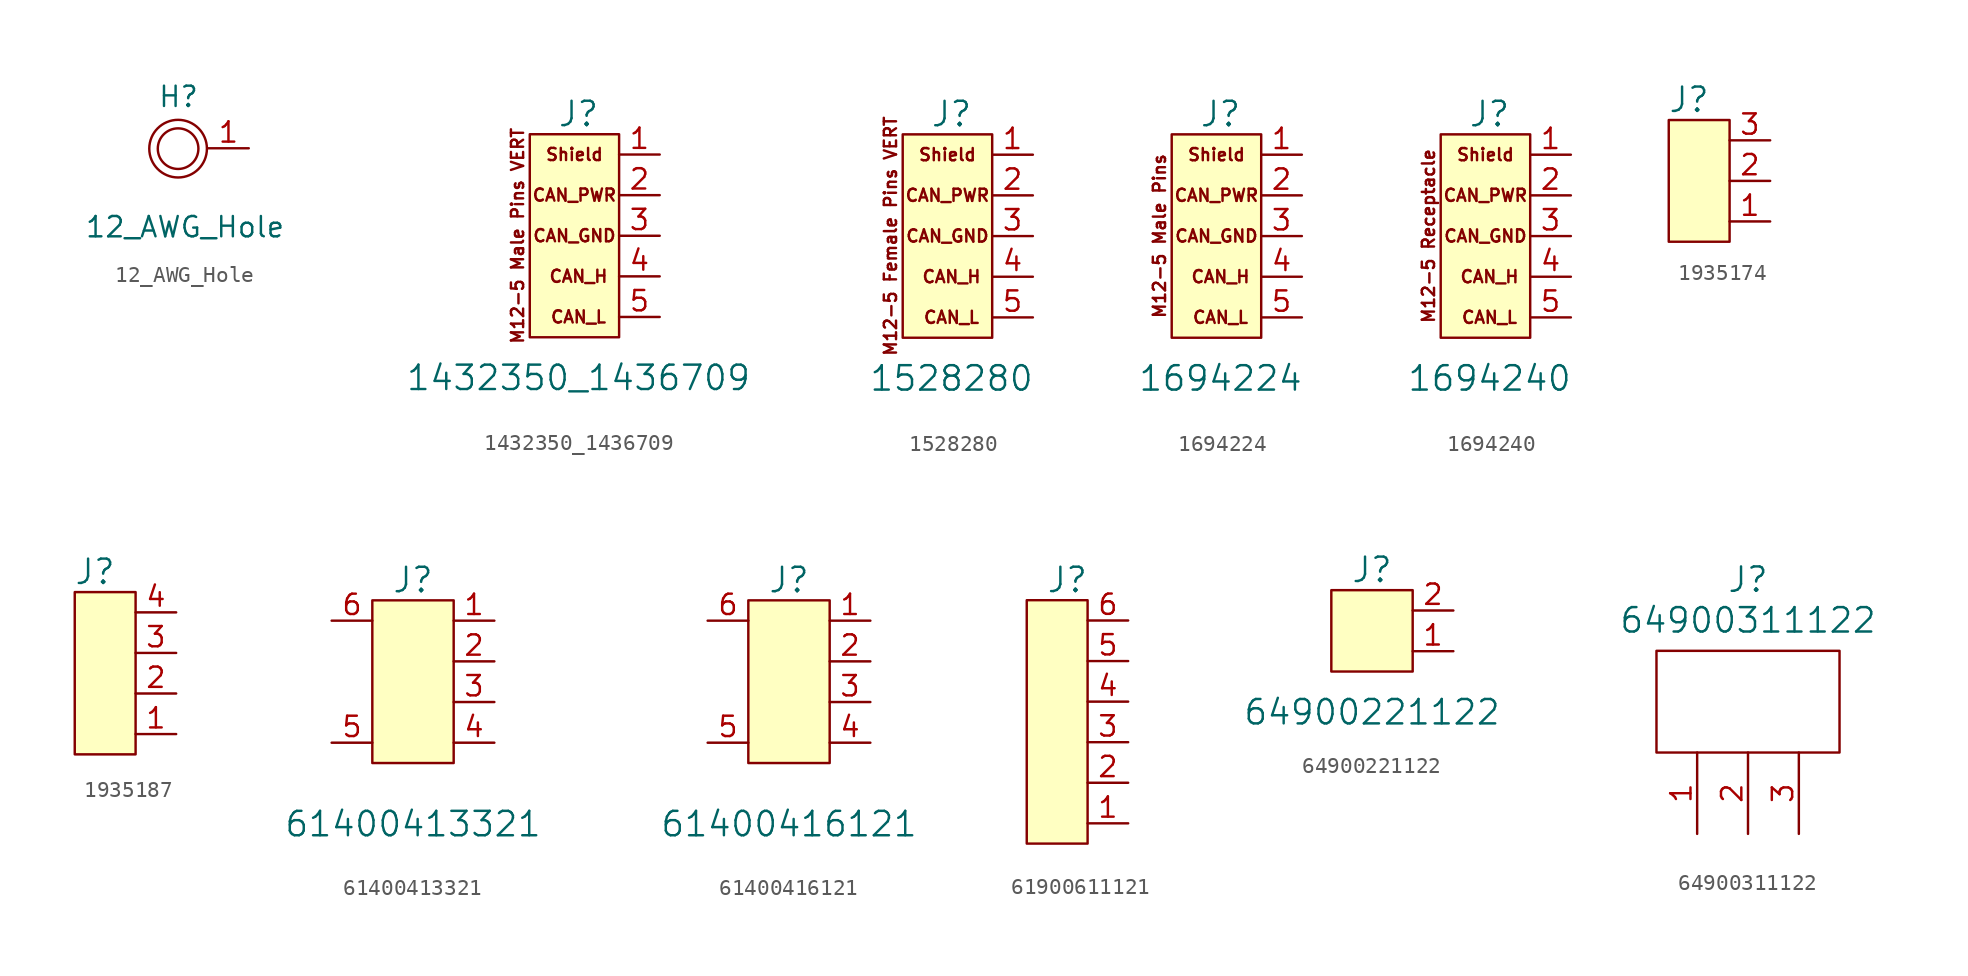
<source format=kicad_sym>
(kicad_symbol_lib
  (version 20220914)
  (generator kicad_symbol_editor)
  (symbol "12_AWG_Hole"
    (pin_names
      (offset 1.016))
    (property "Reference" "H"
      (at 0.025 3.251 0)
      (effects (font (size 1.27 1.27))))
    (property "Value" "12_AWG_Hole"
      (at 0.432 -4.902 0)
      (effects (font (size 1.27 1.27))))
    (symbol "12_AWG_Hole_0_1"
      (circle (center 0 0) (radius 1.27) (stroke (width 0) (type default)) (fill (type none)))
      (circle (center 0 0) (radius 1.803) (stroke (width 0) (type default)) (fill (type none))))
    (symbol "12_AWG_Hole_1_1"
      (pin input line (at 4.42 0.025 180) (length 2.54) (name "~" (effects (font (size 1.27 1.27)))) (number "1" (effects (font (size 1.27 1.27)))))))
  (symbol "1432350_1436709"
    (pin_names
      (offset 0) hide)
    (property "Reference" "J"
      (at 0 7.62 0)
      (effects (font (size 1.524 1.524))))
    (property "Value" "1432350_1436709"
      (at 0 -8.89 0)
      (effects (font (size 1.524 1.524))))
    (symbol "1432350_1436709_0_0"
      (text "CAN_GND" (at -0.254 0 0) (effects (font (size 0.762 0.762))))
      (text "CAN_H" (at 0 -2.54 0) (effects (font (size 0.762 0.762))))
      (text "CAN_L" (at 0 -5.08 0) (effects (font (size 0.762 0.762))))
      (text "CAN_PWR" (at -0.254 2.54 0) (effects (font (size 0.762 0.762))))
      (text "M12-5 Male Pins VERT" (at -3.81 0 900) (effects (font (size 0.762 0.762))))
      (text "Shield" (at -0.254 5.08 0) (effects (font (size 0.762 0.762)))))
    (symbol "1432350_1436709_0_1"
      (rectangle (start 2.54 6.35) (end -3.048 -6.35) (stroke (width 0) (type default)) (fill (type background))))
    (symbol "1432350_1436709_1_1"
      (pin input line (at 5.08 5.08 180) (length 2.54) (name "Shield" (effects (font (size 1.27 1.27)))) (number "1" (effects (font (size 1.27 1.27)))))
      (pin input line (at 5.08 2.54 180) (length 2.54) (name "CAN_PWR" (effects (font (size 1.27 1.27)))) (number "2" (effects (font (size 1.27 1.27)))))
      (pin input line (at 5.08 0 180) (length 2.54) (name "CAN_GND" (effects (font (size 1.27 1.27)))) (number "3" (effects (font (size 1.27 1.27)))))
      (pin input line (at 5.08 -2.54 180) (length 2.54) (name "CAN_H" (effects (font (size 1.27 1.27)))) (number "4" (effects (font (size 1.27 1.27)))))
      (pin input line (at 5.08 -5.08 180) (length 2.54) (name "CAN_L" (effects (font (size 1.27 1.27)))) (number "5" (effects (font (size 1.27 1.27)))))))
  (symbol "1528280"
    (pin_names
      (offset 0) hide)
    (property "Reference" "J"
      (at 0 7.62 0)
      (effects (font (size 1.524 1.524))))
    (property "Value" "1528280"
      (at 0 -8.89 0)
      (effects (font (size 1.524 1.524))))
    (symbol "1528280_0_0"
      (text "CAN_GND" (at -0.254 0 0) (effects (font (size 0.762 0.762))))
      (text "CAN_H" (at 0 -2.54 0) (effects (font (size 0.762 0.762))))
      (text "CAN_L" (at 0 -5.08 0) (effects (font (size 0.762 0.762))))
      (text "CAN_PWR" (at -0.254 2.54 0) (effects (font (size 0.762 0.762))))
      (text "M12-5 Female Pins VERT" (at -3.81 0 900) (effects (font (size 0.762 0.762))))
      (text "Shield" (at -0.254 5.08 0) (effects (font (size 0.762 0.762)))))
    (symbol "1528280_0_1"
      (rectangle (start 2.54 6.35) (end -3.048 -6.35) (stroke (width 0) (type default)) (fill (type background))))
    (symbol "1528280_1_1"
      (pin input line (at 5.08 5.08 180) (length 2.54) (name "Shield" (effects (font (size 1.27 1.27)))) (number "1" (effects (font (size 1.27 1.27)))))
      (pin input line (at 5.08 2.54 180) (length 2.54) (name "CAN_PWR" (effects (font (size 1.27 1.27)))) (number "2" (effects (font (size 1.27 1.27)))))
      (pin input line (at 5.08 0 180) (length 2.54) (name "CAN_GND" (effects (font (size 1.27 1.27)))) (number "3" (effects (font (size 1.27 1.27)))))
      (pin input line (at 5.08 -2.54 180) (length 2.54) (name "CAN_H" (effects (font (size 1.27 1.27)))) (number "4" (effects (font (size 1.27 1.27)))))
      (pin input line (at 5.08 -5.08 180) (length 2.54) (name "CAN_L" (effects (font (size 1.27 1.27)))) (number "5" (effects (font (size 1.27 1.27)))))))
  (symbol "1694224"
    (pin_names
      (offset 0) hide)
    (property "Reference" "J"
      (at 0 7.62 0)
      (effects (font (size 1.524 1.524))))
    (property "Value" "1694224"
      (at 0 -8.89 0)
      (effects (font (size 1.524 1.524))))
    (symbol "1694224_0_0"
      (text "CAN_GND" (at -0.254 0 0) (effects (font (size 0.762 0.762))))
      (text "CAN_H" (at 0 -2.54 0) (effects (font (size 0.762 0.762))))
      (text "CAN_L" (at 0 -5.08 0) (effects (font (size 0.762 0.762))))
      (text "CAN_PWR" (at -0.254 2.54 0) (effects (font (size 0.762 0.762))))
      (text "M12-5 Male Pins" (at -3.81 0 900) (effects (font (size 0.762 0.762))))
      (text "Shield" (at -0.254 5.08 0) (effects (font (size 0.762 0.762)))))
    (symbol "1694224_0_1"
      (rectangle (start 2.54 6.35) (end -3.048 -6.35) (stroke (width 0) (type default)) (fill (type background))))
    (symbol "1694224_1_1"
      (pin input line (at 5.08 5.08 180) (length 2.54) (name "Shield" (effects (font (size 1.27 1.27)))) (number "1" (effects (font (size 1.27 1.27)))))
      (pin input line (at 5.08 2.54 180) (length 2.54) (name "CAN_PWR" (effects (font (size 1.27 1.27)))) (number "2" (effects (font (size 1.27 1.27)))))
      (pin input line (at 5.08 0 180) (length 2.54) (name "CAN_GND" (effects (font (size 1.27 1.27)))) (number "3" (effects (font (size 1.27 1.27)))))
      (pin input line (at 5.08 -2.54 180) (length 2.54) (name "CAN_H" (effects (font (size 1.27 1.27)))) (number "4" (effects (font (size 1.27 1.27)))))
      (pin input line (at 5.08 -5.08 180) (length 2.54) (name "CAN_L" (effects (font (size 1.27 1.27)))) (number "5" (effects (font (size 1.27 1.27)))))))
  (symbol "1694240"
    (pin_names
      (offset 0) hide)
    (property "Reference" "J"
      (at 0 7.62 0)
      (effects (font (size 1.524 1.524))))
    (property "Value" "1694240"
      (at 0 -8.89 0)
      (effects (font (size 1.524 1.524))))
    (symbol "1694240_0_0"
      (text "CAN_GND" (at -0.254 0 0) (effects (font (size 0.762 0.762))))
      (text "CAN_H" (at 0 -2.54 0) (effects (font (size 0.762 0.762))))
      (text "CAN_L" (at 0 -5.08 0) (effects (font (size 0.762 0.762))))
      (text "CAN_PWR" (at -0.254 2.54 0) (effects (font (size 0.762 0.762))))
      (text "M12-5 Receptacle" (at -3.81 0 900) (effects (font (size 0.762 0.762))))
      (text "Shield" (at -0.254 5.08 0) (effects (font (size 0.762 0.762)))))
    (symbol "1694240_0_1"
      (rectangle (start 2.54 6.35) (end -3.048 -6.35) (stroke (width 0) (type default)) (fill (type background))))
    (symbol "1694240_1_1"
      (pin input line (at 5.08 5.08 180) (length 2.54) (name "Shield" (effects (font (size 1.27 1.27)))) (number "1" (effects (font (size 1.27 1.27)))))
      (pin input line (at 5.08 2.54 180) (length 2.54) (name "CAN_PWR" (effects (font (size 1.27 1.27)))) (number "2" (effects (font (size 1.27 1.27)))))
      (pin input line (at 5.08 0 180) (length 2.54) (name "CAN_GND" (effects (font (size 1.27 1.27)))) (number "3" (effects (font (size 1.27 1.27)))))
      (pin input line (at 5.08 -2.54 180) (length 2.54) (name "CAN_H" (effects (font (size 1.27 1.27)))) (number "4" (effects (font (size 1.27 1.27)))))
      (pin input line (at 5.08 -5.08 180) (length 2.54) (name "CAN_L" (effects (font (size 1.27 1.27)))) (number "5" (effects (font (size 1.27 1.27)))))))
  (symbol "1935174"
    (pin_names
      (offset 0) hide)
    (property "Reference" "J"
      (at -2.54 7.62 0)
      (effects (font (size 1.524 1.524))))
    (symbol "1935174_0_0"
      (rectangle (start -3.81 6.35) (end 0 -1.27) (stroke (width 0) (type default)) (fill (type background))))
    (symbol "1935174_1_1"
      (pin passive line (at 2.54 0 180) (length 2.54) (name "~" (effects (font (size 1.016 1.016)))) (number "1" (effects (font (size 1.27 1.27)))))
      (pin passive line (at 2.54 2.54 180) (length 2.54) (name "~" (effects (font (size 1.27 1.27)))) (number "2" (effects (font (size 1.27 1.27)))))
      (pin passive line (at 2.54 5.08 180) (length 2.54) (name "~" (effects (font (size 1.27 1.27)))) (number "3" (effects (font (size 1.27 1.27)))))))
  (symbol "1935187"
    (pin_names
      (offset 0) hide)
    (property "Reference" "J"
      (at -2.54 10.16 0)
      (effects (font (size 1.524 1.524))))
    (symbol "1935187_0_0"
      (rectangle (start -3.81 8.89) (end 0 -1.27) (stroke (width 0) (type default)) (fill (type background))))
    (symbol "1935187_1_1"
      (pin passive line (at 2.54 0 180) (length 2.54) (name "~" (effects (font (size 1.016 1.016)))) (number "1" (effects (font (size 1.27 1.27)))))
      (pin passive line (at 2.54 2.54 180) (length 2.54) (name "~" (effects (font (size 1.27 1.27)))) (number "2" (effects (font (size 1.27 1.27)))))
      (pin passive line (at 2.54 5.08 180) (length 2.54) (name "~" (effects (font (size 1.27 1.27)))) (number "3" (effects (font (size 1.27 1.27)))))
      (pin passive line (at 2.54 7.62 180) (length 2.54) (name "~" (effects (font (size 1.27 1.27)))) (number "4" (effects (font (size 1.27 1.27)))))))
  (symbol "61400413321"
    (pin_names
      (offset 0) hide)
    (property "Reference" "J"
      (at 0 7.62 0)
      (effects (font (size 1.524 1.524))))
    (property "Value" "61400413321"
      (at 0 -7.62 0)
      (effects (font (size 1.524 1.524))))
    (symbol "61400413321_0_1"
      (rectangle (start -2.54 6.35) (end 2.54 -3.81) (stroke (width 0) (type default)) (fill (type background))))
    (symbol "61400413321_1_1"
      (pin input line (at 5.08 5.08 180) (length 2.54) (name "1" (effects (font (size 1.27 1.27)))) (number "1" (effects (font (size 1.27 1.27)))))
      (pin input line (at 5.08 2.54 180) (length 2.54) (name "2" (effects (font (size 1.27 1.27)))) (number "2" (effects (font (size 1.27 1.27)))))
      (pin input line (at 5.08 0 180) (length 2.54) (name "3" (effects (font (size 1.27 1.27)))) (number "3" (effects (font (size 1.27 1.27)))))
      (pin input line (at 5.08 -2.54 180) (length 2.54) (name "4" (effects (font (size 1.27 1.27)))) (number "4" (effects (font (size 1.27 1.27)))))
      (pin input line (at -5.08 -2.54 0) (length 2.54) (name "5" (effects (font (size 1.27 1.27)))) (number "5" (effects (font (size 1.27 1.27)))))
      (pin input line (at -5.08 5.08 0) (length 2.54) (name "6" (effects (font (size 1.27 1.27)))) (number "6" (effects (font (size 1.27 1.27)))))))
  (symbol "61400416121"
    (pin_names
      (offset 0) hide)
    (property "Reference" "J"
      (at 0 7.62 0)
      (effects (font (size 1.524 1.524))))
    (property "Value" "61400416121"
      (at 0 -7.62 0)
      (effects (font (size 1.524 1.524))))
    (symbol "61400416121_0_1"
      (rectangle (start -2.54 6.35) (end 2.54 -3.81) (stroke (width 0) (type default)) (fill (type background))))
    (symbol "61400416121_1_1"
      (pin input line (at 5.08 5.08 180) (length 2.54) (name "1" (effects (font (size 1.27 1.27)))) (number "1" (effects (font (size 1.27 1.27)))))
      (pin input line (at 5.08 2.54 180) (length 2.54) (name "2" (effects (font (size 1.27 1.27)))) (number "2" (effects (font (size 1.27 1.27)))))
      (pin input line (at 5.08 0 180) (length 2.54) (name "3" (effects (font (size 1.27 1.27)))) (number "3" (effects (font (size 1.27 1.27)))))
      (pin input line (at 5.08 -2.54 180) (length 2.54) (name "4" (effects (font (size 1.27 1.27)))) (number "4" (effects (font (size 1.27 1.27)))))
      (pin input line (at -5.08 -2.54 0) (length 2.54) (name "5" (effects (font (size 1.27 1.27)))) (number "5" (effects (font (size 1.27 1.27)))))
      (pin input line (at -5.08 5.08 0) (length 2.54) (name "6" (effects (font (size 1.27 1.27)))) (number "6" (effects (font (size 1.27 1.27)))))))
  (symbol "61900611121"
    (pin_names
      (offset 0) hide)
    (property "Reference" "J"
      (at -1.27 15.24 0)
      (effects (font (size 1.524 1.524))))
    (symbol "61900611121_0_0"
      (rectangle (start -3.81 13.97) (end 0 -1.27) (stroke (width 0) (type default)) (fill (type background))))
    (symbol "61900611121_1_1"
      (pin passive line (at 2.54 0 180) (length 2.54) (name "~" (effects (font (size 1.016 1.016)))) (number "1" (effects (font (size 1.27 1.27)))))
      (pin passive line (at 2.54 2.54 180) (length 2.54) (name "~" (effects (font (size 1.27 1.27)))) (number "2" (effects (font (size 1.27 1.27)))))
      (pin passive line (at 2.54 5.08 180) (length 2.54) (name "~" (effects (font (size 1.27 1.27)))) (number "3" (effects (font (size 1.27 1.27)))))
      (pin passive line (at 2.54 7.62 180) (length 2.54) (name "~" (effects (font (size 1.27 1.27)))) (number "4" (effects (font (size 1.27 1.27)))))
      (pin passive line (at 2.54 10.16 180) (length 2.54) (name "~" (effects (font (size 1.27 1.27)))) (number "5" (effects (font (size 1.27 1.27)))))
      (pin passive line (at 2.54 12.7 180) (length 2.54) (name "~" (effects (font (size 1.27 1.27)))) (number "6" (effects (font (size 1.27 1.27)))))))
  (symbol "64900221122"
    (pin_names
      (offset 0) hide)
    (property "Reference" "J"
      (at 0 5.08 0)
      (effects (font (size 1.524 1.524))))
    (property "Value" "64900221122"
      (at 0 -3.81 0)
      (effects (font (size 1.524 1.524))))
    (symbol "64900221122_0_1"
      (rectangle (start -2.54 3.81) (end 2.54 -1.27) (stroke (width 0) (type default)) (fill (type background))))
    (symbol "64900221122_1_1"
      (pin passive line (at 5.08 0 180) (length 2.54) (name "1" (effects (font (size 1.27 1.27)))) (number "1" (effects (font (size 1.27 1.27)))))
      (pin passive line (at 5.08 2.54 180) (length 2.54) (name "2" (effects (font (size 1.27 1.27)))) (number "2" (effects (font (size 1.27 1.27)))))))
  (symbol "64900311122"
    (pin_names
      (offset 1.016))
    (property "Reference" "J"
      (at 0 13.97 0)
      (effects (font (size 1.524 1.524))))
    (property "Value" "64900311122"
      (at 0 11.43 0)
      (effects (font (size 1.524 1.524))))
    (symbol "64900311122_0_1"
      (rectangle (start -5.715 3.175) (end 5.715 9.525) (stroke (width 0) (type default)) (fill (type none))))
    (symbol "64900311122_1_1"
      (pin input line (at -3.175 -1.905 90) (length 5.08) (name "~" (effects (font (size 1.27 1.27)))) (number "1" (effects (font (size 1.27 1.27)))))
      (pin input line (at 0 -1.905 90) (length 5.08) (name "~" (effects (font (size 1.27 1.27)))) (number "2" (effects (font (size 1.27 1.27)))))
      (pin input line (at 3.175 -1.905 90) (length 5.08) (name "~" (effects (font (size 1.27 1.27)))) (number "3" (effects (font (size 1.27 1.27))))))))
</source>
